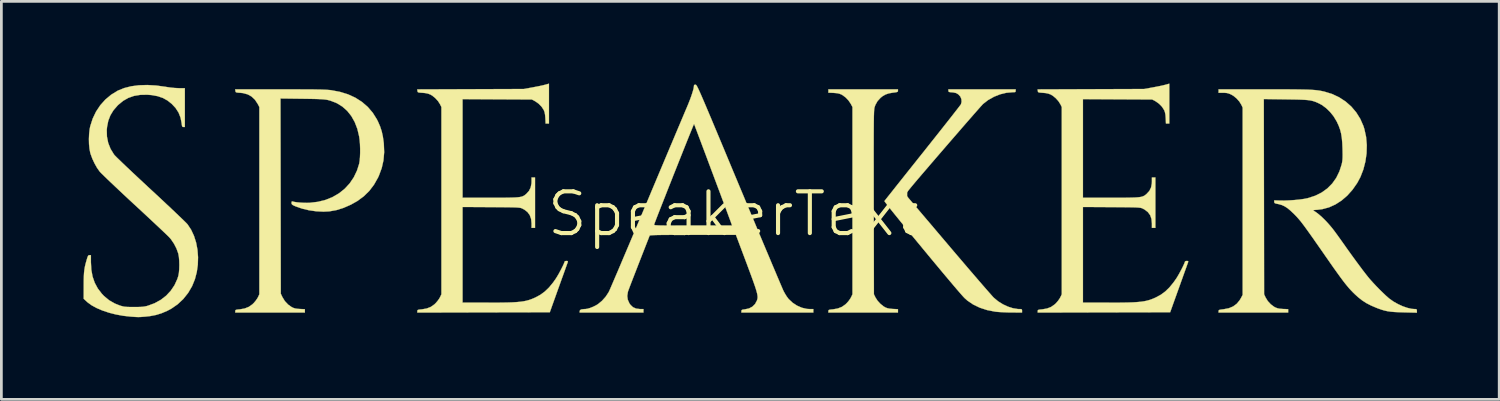
<source format=kicad_pcb>
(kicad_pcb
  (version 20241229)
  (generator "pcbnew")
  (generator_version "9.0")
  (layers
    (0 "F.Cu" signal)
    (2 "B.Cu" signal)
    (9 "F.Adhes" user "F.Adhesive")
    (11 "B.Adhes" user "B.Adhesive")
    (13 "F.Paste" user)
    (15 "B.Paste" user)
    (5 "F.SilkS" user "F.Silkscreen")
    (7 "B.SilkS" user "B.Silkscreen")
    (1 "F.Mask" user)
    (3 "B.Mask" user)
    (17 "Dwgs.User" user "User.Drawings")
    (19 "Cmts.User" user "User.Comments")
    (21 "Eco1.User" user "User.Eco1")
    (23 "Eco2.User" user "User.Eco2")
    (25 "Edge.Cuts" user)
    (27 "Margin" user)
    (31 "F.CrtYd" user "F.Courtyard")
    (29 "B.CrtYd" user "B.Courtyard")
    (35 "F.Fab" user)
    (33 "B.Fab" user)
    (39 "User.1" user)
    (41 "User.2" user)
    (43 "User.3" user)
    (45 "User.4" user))
  (footprint "SpeakerText"
    (layer "F.Cu")
    (at 23.722 4.762)
    (property "Reference" "SpeakerText" (at 0 0 0) (layer "F.SilkS") (effects (font (size 1.524 1.524) (thickness 0.15))))
    (attr through_hole)
    (fp_poly (pts (xy 6.011 -4.501) (xy 6.009 -4.477) (xy 5.995 -4.461) (xy 5.962 -4.449) (xy 5.902 -4.439) (xy 5.823 -4.429) (xy 5.676 -4.403) (xy 5.558 -4.363) (xy 5.454 -4.304) (xy 5.372 -4.238) (xy 5.263 -4.118) (xy 5.187 -3.982) (xy 5.155 -3.891) (xy 5.151 -3.873) (xy 5.147 -3.848) (xy 5.143 -3.815) (xy 5.14 -3.772) (xy 5.137 -3.717) (xy 5.135 -3.648) (xy 5.132 -3.563) (xy 5.131 -3.46) (xy 5.129 -3.337) (xy 5.128 -3.191) (xy 5.127 -3.022) (xy 5.126 -2.827) (xy 5.126 -2.604) (xy 5.125 -2.351) (xy 5.125 -2.067) (xy 5.126 -1.748) (xy 5.126 -1.394) (xy 5.126 -1.002) (xy 5.127 -0.57) (xy 5.127 -0.422) (xy 5.133 2.932) (xy 5.191 3.051) (xy 5.266 3.167) (xy 5.368 3.278) (xy 5.484 3.372) (xy 5.548 3.41) (xy 5.618 3.438) (xy 5.703 3.456) (xy 5.815 3.467) (xy 5.826 3.467) (xy 6.011 3.477) (xy 6.011 3.598) (xy 3.471 3.598) (xy 3.471 3.547) (xy 3.474 3.521) (xy 3.488 3.505) (xy 3.522 3.494) (xy 3.584 3.486) (xy 3.635 3.482) (xy 3.812 3.451) (xy 3.963 3.392) (xy 4.094 3.3) (xy 4.149 3.246) (xy 4.212 3.173) (xy 4.268 3.094) (xy 4.303 3.032) (xy 4.35 2.932) (xy 4.35 -3.905) (xy 4.29 -4.019) (xy 4.205 -4.145) (xy 4.096 -4.259) (xy 3.974 -4.347) (xy 3.942 -4.364) (xy 3.87 -4.392) (xy 3.787 -4.41) (xy 3.68 -4.419) (xy 3.657 -4.421) (xy 3.471 -4.428) (xy 3.471 -4.551) (xy 6.011 -4.551) (xy 6.011 -4.501)) (stroke (width 0.01) (type solid)) (fill yes) (layer "F.SilkS"))
    (fp_poly (pts (xy -16.237 -4.551) (xy -15.959 -4.55) (xy -15.718 -4.549) (xy -15.509 -4.548) (xy -15.331 -4.547) (xy -15.179 -4.544) (xy -15.052 -4.542) (xy -14.946 -4.538) (xy -14.858 -4.534) (xy -14.785 -4.529) (xy -14.724 -4.524) (xy -14.683 -4.519) (xy -14.362 -4.459) (xy -14.067 -4.368) (xy -13.799 -4.245) (xy -13.559 -4.092) (xy -13.347 -3.909) (xy -13.165 -3.697) (xy -13.014 -3.457) (xy -12.973 -3.376) (xy -12.895 -3.196) (xy -12.837 -3.019) (xy -12.795 -2.831) (xy -12.765 -2.618) (xy -12.759 -2.565) (xy -12.747 -2.254) (xy -12.772 -1.96) (xy -12.836 -1.676) (xy -12.939 -1.399) (xy -12.974 -1.323) (xy -13.119 -1.068) (xy -13.29 -0.843) (xy -13.49 -0.647) (xy -13.723 -0.475) (xy -13.965 -0.339) (xy -14.235 -0.221) (xy -14.493 -0.141) (xy -14.747 -0.096) (xy -14.959 -0.085) (xy -15.226 -0.098) (xy -15.493 -0.136) (xy -15.747 -0.197) (xy -15.976 -0.277) (xy -16.007 -0.29) (xy -16.075 -0.322) (xy -16.111 -0.348) (xy -16.126 -0.377) (xy -16.129 -0.407) (xy -16.123 -0.451) (xy -16.104 -0.46) (xy -16.098 -0.458) (xy -16.033 -0.442) (xy -15.937 -0.427) (xy -15.82 -0.416) (xy -15.694 -0.409) (xy -15.568 -0.406) (xy -15.462 -0.409) (xy -15.165 -0.444) (xy -14.886 -0.514) (xy -14.629 -0.619) (xy -14.395 -0.755) (xy -14.187 -0.921) (xy -14.007 -1.116) (xy -13.856 -1.339) (xy -13.738 -1.586) (xy -13.659 -1.835) (xy -13.642 -1.937) (xy -13.63 -2.072) (xy -13.624 -2.226) (xy -13.624 -2.391) (xy -13.63 -2.554) (xy -13.643 -2.706) (xy -13.66 -2.83) (xy -13.726 -3.108) (xy -13.822 -3.357) (xy -13.946 -3.576) (xy -14.096 -3.764) (xy -14.273 -3.921) (xy -14.474 -4.045) (xy -14.7 -4.134) (xy -14.796 -4.16) (xy -14.845 -4.17) (xy -14.901 -4.178) (xy -14.97 -4.185) (xy -15.056 -4.191) (xy -15.163 -4.196) (xy -15.296 -4.2) (xy -15.461 -4.203) (xy -15.662 -4.206) (xy -15.743 -4.207) (xy -16.532 -4.217) (xy -16.526 -0.653) (xy -16.521 2.91) (xy -16.464 3.031) (xy -16.373 3.18) (xy -16.254 3.307) (xy -16.125 3.398) (xy -16.058 3.43) (xy -15.993 3.45) (xy -15.914 3.462) (xy -15.827 3.468) (xy -15.642 3.477) (xy -15.642 3.598) (xy -18.182 3.598) (xy -18.182 3.547) (xy -18.179 3.521) (xy -18.166 3.505) (xy -18.132 3.494) (xy -18.069 3.486) (xy -18.018 3.482) (xy -17.841 3.451) (xy -17.691 3.392) (xy -17.56 3.3) (xy -17.504 3.246) (xy -17.442 3.173) (xy -17.386 3.094) (xy -17.35 3.032) (xy -17.304 2.932) (xy -17.304 -3.905) (xy -17.363 -4.018) (xy -17.464 -4.171) (xy -17.586 -4.287) (xy -17.73 -4.367) (xy -17.899 -4.413) (xy -17.992 -4.423) (xy -18.079 -4.429) (xy -18.132 -4.436) (xy -18.161 -4.447) (xy -18.173 -4.465) (xy -18.178 -4.493) (xy -18.185 -4.551) (xy -16.555 -4.551) (xy -16.237 -4.551)) (stroke (width 0.01) (type solid)) (fill yes) (layer "F.SilkS"))
    (fp_poly (pts (xy -6.731 -3.302) (xy -6.853 -3.302) (xy -6.862 -3.498) (xy -6.872 -3.617) (xy -6.888 -3.707) (xy -6.914 -3.782) (xy -6.92 -3.794) (xy -6.997 -3.914) (xy -7.105 -4.025) (xy -7.231 -4.114) (xy -7.249 -4.124) (xy -7.355 -4.18) (xy -8.62 -4.186) (xy -9.885 -4.193) (xy -9.885 -0.593) (xy -8.873 -0.593) (xy -8.623 -0.593) (xy -8.411 -0.593) (xy -8.234 -0.595) (xy -8.089 -0.598) (xy -7.97 -0.602) (xy -7.874 -0.609) (xy -7.799 -0.618) (xy -7.738 -0.63) (xy -7.69 -0.646) (xy -7.65 -0.665) (xy -7.614 -0.688) (xy -7.578 -0.717) (xy -7.558 -0.734) (xy -7.459 -0.843) (xy -7.397 -0.971) (xy -7.368 -1.122) (xy -7.366 -1.18) (xy -7.366 -1.333) (xy -7.239 -1.333) (xy -7.239 0.508) (xy -7.366 0.508) (xy -7.366 0.343) (xy -7.382 0.18) (xy -7.431 0.043) (xy -7.514 -0.07) (xy -7.633 -0.161) (xy -7.705 -0.199) (xy -7.728 -0.209) (xy -7.752 -0.218) (xy -7.782 -0.225) (xy -7.821 -0.23) (xy -7.873 -0.235) (xy -7.942 -0.239) (xy -8.031 -0.242) (xy -8.145 -0.244) (xy -8.287 -0.246) (xy -8.461 -0.247) (xy -8.671 -0.249) (xy -8.842 -0.25) (xy -9.885 -0.256) (xy -9.885 3.239) (xy -8.958 3.239) (xy -8.679 3.238) (xy -8.438 3.236) (xy -8.231 3.232) (xy -8.054 3.226) (xy -7.901 3.216) (xy -7.771 3.204) (xy -7.657 3.188) (xy -7.555 3.167) (xy -7.462 3.142) (xy -7.374 3.111) (xy -7.285 3.075) (xy -7.221 3.046) (xy -7.044 2.95) (xy -6.882 2.831) (xy -6.729 2.684) (xy -6.581 2.504) (xy -6.481 2.362) (xy -6.434 2.288) (xy -6.381 2.197) (xy -6.326 2.096) (xy -6.273 1.994) (xy -6.225 1.899) (xy -6.188 1.819) (xy -6.165 1.761) (xy -6.16 1.738) (xy -6.141 1.722) (xy -6.097 1.715) (xy -6.095 1.714) (xy -6.05 1.719) (xy -6.039 1.737) (xy -6.042 1.752) (xy -6.052 1.779) (xy -6.074 1.841) (xy -6.108 1.936) (xy -6.151 2.057) (xy -6.203 2.202) (xy -6.262 2.365) (xy -6.326 2.543) (xy -6.378 2.688) (xy -6.7 3.588) (xy -9.118 3.593) (xy -11.536 3.599) (xy -11.536 3.547) (xy -11.533 3.521) (xy -11.519 3.505) (xy -11.485 3.494) (xy -11.423 3.486) (xy -11.372 3.482) (xy -11.195 3.451) (xy -11.044 3.392) (xy -10.913 3.3) (xy -10.858 3.246) (xy -10.796 3.173) (xy -10.739 3.094) (xy -10.704 3.032) (xy -10.657 2.932) (xy -10.657 -3.905) (xy -10.708 -4.008) (xy -10.781 -4.122) (xy -10.88 -4.23) (xy -10.99 -4.32) (xy -11.06 -4.361) (xy -11.147 -4.394) (xy -11.251 -4.415) (xy -11.345 -4.423) (xy -11.433 -4.429) (xy -11.486 -4.436) (xy -11.515 -4.447) (xy -11.527 -4.465) (xy -11.532 -4.492) (xy -11.538 -4.549) (xy -7.652 -4.563) (xy -7.332 -4.621) (xy -7.207 -4.645) (xy -7.083 -4.669) (xy -6.974 -4.693) (xy -6.891 -4.713) (xy -6.871 -4.718) (xy -6.731 -4.757) (xy -6.731 -3.302)) (stroke (width 0.01) (type solid)) (fill yes) (layer "F.SilkS"))
    (fp_poly (pts (xy 15.917 -3.302) (xy 15.795 -3.302) (xy 15.786 -3.498) (xy 15.777 -3.617) (xy 15.76 -3.707) (xy 15.734 -3.782) (xy 15.728 -3.794) (xy 15.651 -3.914) (xy 15.543 -4.025) (xy 15.417 -4.114) (xy 15.4 -4.124) (xy 15.293 -4.18) (xy 14.028 -4.186) (xy 12.764 -4.193) (xy 12.764 -0.593) (xy 13.776 -0.593) (xy 14.026 -0.593) (xy 14.237 -0.593) (xy 14.414 -0.595) (xy 14.56 -0.598) (xy 14.678 -0.602) (xy 14.774 -0.609) (xy 14.85 -0.618) (xy 14.91 -0.63) (xy 14.958 -0.646) (xy 14.999 -0.665) (xy 15.034 -0.688) (xy 15.07 -0.717) (xy 15.09 -0.734) (xy 15.189 -0.843) (xy 15.252 -0.971) (xy 15.28 -1.122) (xy 15.282 -1.18) (xy 15.282 -1.333) (xy 15.409 -1.333) (xy 15.409 0.508) (xy 15.282 0.508) (xy 15.282 0.343) (xy 15.266 0.18) (xy 15.218 0.043) (xy 15.134 -0.07) (xy 15.016 -0.161) (xy 14.944 -0.199) (xy 14.921 -0.209) (xy 14.896 -0.218) (xy 14.866 -0.225) (xy 14.827 -0.23) (xy 14.775 -0.235) (xy 14.706 -0.239) (xy 14.617 -0.242) (xy 14.503 -0.244) (xy 14.361 -0.246) (xy 14.187 -0.247) (xy 13.977 -0.249) (xy 13.806 -0.25) (xy 12.764 -0.256) (xy 12.764 3.239) (xy 13.69 3.239) (xy 13.969 3.238) (xy 14.21 3.236) (xy 14.417 3.232) (xy 14.595 3.226) (xy 14.747 3.216) (xy 14.878 3.204) (xy 14.992 3.188) (xy 15.093 3.167) (xy 15.186 3.142) (xy 15.275 3.111) (xy 15.363 3.075) (xy 15.427 3.046) (xy 15.605 2.95) (xy 15.767 2.831) (xy 15.919 2.684) (xy 16.067 2.504) (xy 16.168 2.362) (xy 16.214 2.288) (xy 16.267 2.197) (xy 16.322 2.096) (xy 16.376 1.994) (xy 16.423 1.899) (xy 16.46 1.819) (xy 16.483 1.761) (xy 16.489 1.738) (xy 16.507 1.722) (xy 16.552 1.715) (xy 16.554 1.714) (xy 16.598 1.719) (xy 16.61 1.737) (xy 16.606 1.752) (xy 16.597 1.779) (xy 16.574 1.841) (xy 16.541 1.936) (xy 16.497 2.057) (xy 16.445 2.202) (xy 16.387 2.365) (xy 16.323 2.543) (xy 16.271 2.688) (xy 15.948 3.588) (xy 13.53 3.593) (xy 11.113 3.599) (xy 11.113 3.547) (xy 11.115 3.521) (xy 11.129 3.505) (xy 11.163 3.494) (xy 11.225 3.486) (xy 11.277 3.482) (xy 11.454 3.451) (xy 11.604 3.392) (xy 11.735 3.3) (xy 11.79 3.246) (xy 11.853 3.173) (xy 11.909 3.094) (xy 11.944 3.032) (xy 11.991 2.932) (xy 11.991 -3.905) (xy 11.94 -4.008) (xy 11.867 -4.122) (xy 11.769 -4.23) (xy 11.658 -4.32) (xy 11.589 -4.361) (xy 11.501 -4.394) (xy 11.397 -4.415) (xy 11.303 -4.423) (xy 11.216 -4.429) (xy 11.162 -4.436) (xy 11.134 -4.447) (xy 11.121 -4.465) (xy 11.116 -4.492) (xy 11.11 -4.549) (xy 13.053 -4.556) (xy 14.997 -4.563) (xy 15.317 -4.621) (xy 15.442 -4.645) (xy 15.565 -4.669) (xy 15.674 -4.693) (xy 15.758 -4.713) (xy 15.777 -4.718) (xy 15.917 -4.757) (xy 15.917 -3.302)) (stroke (width 0.01) (type solid)) (fill yes) (layer "F.SilkS"))
    (fp_poly (pts (xy 10.308 -4.498) (xy 10.305 -4.467) (xy 10.289 -4.451) (xy 10.248 -4.446) (xy 10.196 -4.445) (xy 9.969 -4.425) (xy 9.738 -4.369) (xy 9.513 -4.279) (xy 9.301 -4.159) (xy 9.119 -4.018) (xy 9.094 -3.992) (xy 9.044 -3.937) (xy 8.97 -3.854) (xy 8.874 -3.745) (xy 8.759 -3.614) (xy 8.626 -3.462) (xy 8.477 -3.292) (xy 8.315 -3.105) (xy 8.141 -2.904) (xy 7.957 -2.692) (xy 7.765 -2.47) (xy 7.653 -2.34) (xy 7.424 -2.075) (xy 7.221 -1.839) (xy 7.044 -1.632) (xy 6.889 -1.452) (xy 6.756 -1.296) (xy 6.643 -1.163) (xy 6.55 -1.052) (xy 6.473 -0.959) (xy 6.412 -0.884) (xy 6.366 -0.825) (xy 6.332 -0.779) (xy 6.31 -0.746) (xy 6.297 -0.723) (xy 6.292 -0.708) (xy 6.295 -0.7) (xy 6.312 -0.68) (xy 6.355 -0.629) (xy 6.421 -0.551) (xy 6.51 -0.446) (xy 6.619 -0.318) (xy 6.746 -0.168) (xy 6.89 0.002) (xy 7.049 0.189) (xy 7.222 0.392) (xy 7.405 0.608) (xy 7.598 0.836) (xy 7.799 1.072) (xy 7.841 1.122) (xy 8.045 1.363) (xy 8.245 1.597) (xy 8.437 1.822) (xy 8.62 2.036) (xy 8.792 2.236) (xy 8.95 2.42) (xy 9.093 2.585) (xy 9.219 2.73) (xy 9.326 2.852) (xy 9.412 2.949) (xy 9.474 3.019) (xy 9.511 3.058) (xy 9.514 3.06) (xy 9.666 3.187) (xy 9.84 3.296) (xy 10.024 3.382) (xy 10.209 3.441) (xy 10.386 3.47) (xy 10.439 3.471) (xy 10.5 3.473) (xy 10.53 3.482) (xy 10.54 3.506) (xy 10.541 3.535) (xy 10.541 3.598) (xy 10.155 3.596) (xy 10.012 3.594) (xy 9.866 3.588) (xy 9.729 3.581) (xy 9.614 3.572) (xy 9.557 3.565) (xy 9.265 3.508) (xy 8.998 3.421) (xy 8.757 3.305) (xy 8.545 3.161) (xy 8.444 3.071) (xy 8.404 3.029) (xy 8.341 2.959) (xy 8.258 2.864) (xy 8.156 2.746) (xy 8.038 2.607) (xy 7.906 2.451) (xy 7.762 2.28) (xy 7.608 2.096) (xy 7.446 1.902) (xy 7.278 1.7) (xy 7.107 1.494) (xy 6.935 1.286) (xy 6.763 1.077) (xy 6.593 0.872) (xy 6.429 0.672) (xy 6.272 0.479) (xy 6.124 0.298) (xy 5.987 0.129) (xy 5.863 -0.024) (xy 5.755 -0.159) (xy 5.665 -0.273) (xy 5.594 -0.364) (xy 5.545 -0.429) (xy 5.52 -0.465) (xy 5.518 -0.472) (xy 5.533 -0.492) (xy 5.572 -0.542) (xy 5.635 -0.622) (xy 5.719 -0.727) (xy 5.822 -0.857) (xy 5.942 -1.009) (xy 6.079 -1.181) (xy 6.229 -1.37) (xy 6.392 -1.575) (xy 6.566 -1.793) (xy 6.748 -2.022) (xy 6.905 -2.218) (xy 7.093 -2.455) (xy 7.275 -2.684) (xy 7.448 -2.902) (xy 7.61 -3.107) (xy 7.76 -3.297) (xy 7.896 -3.469) (xy 8.016 -3.622) (xy 8.117 -3.752) (xy 8.2 -3.858) (xy 8.26 -3.937) (xy 8.298 -3.987) (xy 8.31 -4.005) (xy 8.333 -4.09) (xy 8.328 -4.186) (xy 8.295 -4.274) (xy 8.282 -4.294) (xy 8.212 -4.369) (xy 8.134 -4.415) (xy 8.033 -4.437) (xy 7.99 -4.441) (xy 7.916 -4.447) (xy 7.875 -4.456) (xy 7.857 -4.471) (xy 7.853 -4.497) (xy 7.853 -4.5) (xy 7.853 -4.551) (xy 10.308 -4.551) (xy 10.308 -4.498)) (stroke (width 0.01) (type solid)) (fill yes) (layer "F.SilkS"))
    (fp_poly (pts (xy -21.071 -4.69) (xy -20.728 -4.643) (xy -20.689 -4.636) (xy -20.552 -4.616) (xy -20.403 -4.601) (xy -20.266 -4.594) (xy -20.241 -4.593) (xy -20.024 -4.593) (xy -20.024 -3.175) (xy -20.075 -3.175) (xy -20.103 -3.179) (xy -20.12 -3.196) (xy -20.131 -3.237) (xy -20.14 -3.307) (xy -20.18 -3.516) (xy -20.252 -3.7) (xy -20.36 -3.867) (xy -20.497 -4.015) (xy -20.653 -4.14) (xy -20.824 -4.235) (xy -21.016 -4.301) (xy -21.234 -4.341) (xy -21.399 -4.354) (xy -21.652 -4.349) (xy -21.88 -4.311) (xy -22.088 -4.238) (xy -22.279 -4.129) (xy -22.455 -3.983) (xy -22.479 -3.96) (xy -22.63 -3.786) (xy -22.742 -3.602) (xy -22.819 -3.404) (xy -22.863 -3.183) (xy -22.874 -3.069) (xy -22.868 -2.826) (xy -22.822 -2.595) (xy -22.736 -2.377) (xy -22.611 -2.174) (xy -22.604 -2.165) (xy -22.576 -2.133) (xy -22.519 -2.075) (xy -22.435 -1.994) (xy -22.329 -1.891) (xy -22.201 -1.769) (xy -22.054 -1.63) (xy -21.892 -1.477) (xy -21.717 -1.313) (xy -21.53 -1.139) (xy -21.336 -0.958) (xy -21.271 -0.898) (xy -21.074 -0.716) (xy -20.884 -0.539) (xy -20.704 -0.37) (xy -20.536 -0.213) (xy -20.383 -0.068) (xy -20.248 0.061) (xy -20.133 0.171) (xy -20.04 0.261) (xy -19.972 0.328) (xy -19.933 0.37) (xy -19.926 0.377) (xy -19.794 0.576) (xy -19.689 0.802) (xy -19.611 1.049) (xy -19.562 1.31) (xy -19.542 1.58) (xy -19.55 1.852) (xy -19.588 2.121) (xy -19.656 2.381) (xy -19.755 2.625) (xy -19.759 2.635) (xy -19.904 2.882) (xy -20.081 3.104) (xy -20.287 3.297) (xy -20.52 3.458) (xy -20.669 3.537) (xy -20.873 3.624) (xy -21.073 3.686) (xy -21.285 3.727) (xy -21.463 3.747) (xy -21.567 3.755) (xy -21.645 3.761) (xy -21.709 3.763) (xy -21.772 3.762) (xy -21.846 3.758) (xy -21.944 3.751) (xy -22.013 3.746) (xy -22.28 3.716) (xy -22.542 3.668) (xy -22.793 3.604) (xy -23.028 3.526) (xy -23.239 3.436) (xy -23.422 3.337) (xy -23.571 3.23) (xy -23.598 3.205) (xy -23.717 3.095) (xy -23.716 2.611) (xy -23.715 2.426) (xy -23.711 2.274) (xy -23.704 2.147) (xy -23.691 2.035) (xy -23.674 1.93) (xy -23.649 1.822) (xy -23.616 1.704) (xy -23.601 1.652) (xy -23.577 1.575) (xy -23.556 1.529) (xy -23.536 1.508) (xy -23.508 1.503) (xy -23.505 1.503) (xy -23.453 1.503) (xy -23.453 1.758) (xy -23.438 2.035) (xy -23.392 2.286) (xy -23.313 2.513) (xy -23.201 2.721) (xy -23.054 2.912) (xy -22.975 2.995) (xy -22.789 3.149) (xy -22.578 3.27) (xy -22.405 3.339) (xy -22.338 3.36) (xy -22.279 3.375) (xy -22.218 3.386) (xy -22.146 3.392) (xy -22.054 3.395) (xy -21.931 3.396) (xy -21.886 3.396) (xy -21.748 3.396) (xy -21.642 3.393) (xy -21.559 3.387) (xy -21.489 3.377) (xy -21.422 3.363) (xy -21.369 3.348) (xy -21.124 3.257) (xy -20.901 3.134) (xy -20.704 2.981) (xy -20.536 2.8) (xy -20.399 2.596) (xy -20.297 2.372) (xy -20.262 2.262) (xy -20.241 2.152) (xy -20.229 2.014) (xy -20.225 1.861) (xy -20.229 1.707) (xy -20.241 1.566) (xy -20.262 1.45) (xy -20.265 1.439) (xy -20.329 1.262) (xy -20.42 1.085) (xy -20.529 0.924) (xy -20.59 0.854) (xy -20.625 0.818) (xy -20.689 0.756) (xy -20.778 0.671) (xy -20.89 0.565) (xy -21.023 0.44) (xy -21.172 0.3) (xy -21.336 0.147) (xy -21.512 -0.017) (xy -21.697 -0.189) (xy -21.872 -0.35) (xy -22.063 -0.527) (xy -22.246 -0.698) (xy -22.42 -0.861) (xy -22.581 -1.013) (xy -22.727 -1.151) (xy -22.856 -1.274) (xy -22.964 -1.379) (xy -23.049 -1.462) (xy -23.107 -1.521) (xy -23.136 -1.553) (xy -23.23 -1.686) (xy -23.32 -1.846) (xy -23.4 -2.016) (xy -23.461 -2.181) (xy -23.477 -2.233) (xy -23.505 -2.379) (xy -23.522 -2.552) (xy -23.526 -2.738) (xy -23.518 -2.925) (xy -23.499 -3.097) (xy -23.478 -3.202) (xy -23.389 -3.48) (xy -23.266 -3.737) (xy -23.111 -3.97) (xy -22.926 -4.177) (xy -22.714 -4.354) (xy -22.478 -4.499) (xy -22.464 -4.506) (xy -22.238 -4.597) (xy -21.983 -4.662) (xy -21.702 -4.699) (xy -21.396 -4.708) (xy -21.071 -4.69)) (stroke (width 0.01) (type solid)) (fill yes) (layer "F.SilkS"))
    (fp_poly (pts (xy 19.709 -4.551) (xy 19.995 -4.55) (xy 20.245 -4.55) (xy 20.462 -4.548) (xy 20.649 -4.546) (xy 20.811 -4.543) (xy 20.949 -4.54) (xy 21.067 -4.535) (xy 21.168 -4.529) (xy 21.255 -4.522) (xy 21.332 -4.513) (xy 21.402 -4.503) (xy 21.468 -4.491) (xy 21.533 -4.477) (xy 21.586 -4.465) (xy 21.863 -4.38) (xy 22.12 -4.258) (xy 22.354 -4.105) (xy 22.562 -3.921) (xy 22.741 -3.709) (xy 22.889 -3.473) (xy 23.003 -3.214) (xy 23.039 -3.1) (xy 23.101 -2.816) (xy 23.127 -2.518) (xy 23.119 -2.216) (xy 23.076 -1.915) (xy 23.001 -1.624) (xy 22.894 -1.349) (xy 22.778 -1.132) (xy 22.605 -0.885) (xy 22.414 -0.671) (xy 22.206 -0.492) (xy 21.984 -0.349) (xy 21.75 -0.243) (xy 21.506 -0.177) (xy 21.328 -0.154) (xy 21.239 -0.148) (xy 21.187 -0.142) (xy 21.167 -0.136) (xy 21.172 -0.126) (xy 21.199 -0.111) (xy 21.205 -0.108) (xy 21.283 -0.058) (xy 21.38 0.017) (xy 21.487 0.111) (xy 21.596 0.217) (xy 21.7 0.327) (xy 21.711 0.339) (xy 21.758 0.393) (xy 21.801 0.443) (xy 21.842 0.492) (xy 21.884 0.544) (xy 21.931 0.605) (xy 21.985 0.678) (xy 22.05 0.767) (xy 22.129 0.877) (xy 22.225 1.011) (xy 22.341 1.175) (xy 22.378 1.228) (xy 22.548 1.465) (xy 22.707 1.684) (xy 22.853 1.882) (xy 22.983 2.056) (xy 23.097 2.203) (xy 23.19 2.32) (xy 23.241 2.381) (xy 23.349 2.501) (xy 23.469 2.63) (xy 23.595 2.759) (xy 23.719 2.88) (xy 23.833 2.988) (xy 23.93 3.073) (xy 23.957 3.095) (xy 24.104 3.199) (xy 24.268 3.291) (xy 24.438 3.369) (xy 24.606 3.427) (xy 24.761 3.463) (xy 24.867 3.471) (xy 24.923 3.473) (xy 24.948 3.486) (xy 24.955 3.517) (xy 24.956 3.537) (xy 24.956 3.603) (xy 24.485 3.592) (xy 24.291 3.586) (xy 24.132 3.578) (xy 23.998 3.566) (xy 23.881 3.549) (xy 23.773 3.525) (xy 23.664 3.493) (xy 23.548 3.452) (xy 23.484 3.428) (xy 23.283 3.342) (xy 23.112 3.254) (xy 22.957 3.154) (xy 22.807 3.035) (xy 22.682 2.921) (xy 22.613 2.853) (xy 22.547 2.784) (xy 22.479 2.71) (xy 22.409 2.627) (xy 22.333 2.533) (xy 22.25 2.425) (xy 22.155 2.297) (xy 22.048 2.149) (xy 21.924 1.976) (xy 21.783 1.774) (xy 21.62 1.541) (xy 21.601 1.513) (xy 21.432 1.27) (xy 21.284 1.059) (xy 21.157 0.876) (xy 21.046 0.72) (xy 20.951 0.587) (xy 20.869 0.474) (xy 20.798 0.379) (xy 20.736 0.298) (xy 20.68 0.229) (xy 20.629 0.169) (xy 20.58 0.114) (xy 20.531 0.062) (xy 20.48 0.01) (xy 20.469 -0.000388) (xy 20.342 -0.121) (xy 20.232 -0.213) (xy 20.129 -0.279) (xy 20.028 -0.326) (xy 19.918 -0.358) (xy 19.878 -0.366) (xy 19.806 -0.381) (xy 19.768 -0.396) (xy 19.751 -0.417) (xy 19.748 -0.444) (xy 19.748 -0.497) (xy 19.942 -0.491) (xy 20.109 -0.489) (xy 20.294 -0.496) (xy 20.484 -0.509) (xy 20.668 -0.527) (xy 20.834 -0.55) (xy 20.97 -0.577) (xy 20.983 -0.581) (xy 21.246 -0.667) (xy 21.482 -0.785) (xy 21.689 -0.934) (xy 21.866 -1.113) (xy 22.013 -1.32) (xy 22.128 -1.556) (xy 22.206 -1.797) (xy 22.222 -1.864) (xy 22.233 -1.927) (xy 22.24 -1.993) (xy 22.244 -2.071) (xy 22.245 -2.17) (xy 22.243 -2.298) (xy 22.241 -2.379) (xy 22.232 -2.593) (xy 22.216 -2.774) (xy 22.191 -2.933) (xy 22.154 -3.077) (xy 22.103 -3.217) (xy 22.037 -3.361) (xy 22.021 -3.391) (xy 21.917 -3.563) (xy 21.788 -3.724) (xy 21.643 -3.865) (xy 21.49 -3.978) (xy 21.399 -4.028) (xy 21.325 -4.063) (xy 21.257 -4.092) (xy 21.191 -4.115) (xy 21.122 -4.134) (xy 21.044 -4.149) (xy 20.954 -4.16) (xy 20.845 -4.168) (xy 20.713 -4.174) (xy 20.553 -4.179) (xy 20.36 -4.182) (xy 20.166 -4.185) (xy 19.367 -4.196) (xy 19.373 -0.632) (xy 19.378 2.932) (xy 19.435 3.053) (xy 19.514 3.181) (xy 19.622 3.297) (xy 19.745 3.389) (xy 19.786 3.411) (xy 19.858 3.44) (xy 19.94 3.458) (xy 20.048 3.467) (xy 20.071 3.468) (xy 20.256 3.476) (xy 20.256 3.598) (xy 17.716 3.598) (xy 17.716 3.548) (xy 17.719 3.524) (xy 17.733 3.508) (xy 17.765 3.496) (xy 17.824 3.487) (xy 17.905 3.477) (xy 18.091 3.441) (xy 18.248 3.375) (xy 18.379 3.278) (xy 18.487 3.147) (xy 18.535 3.066) (xy 18.595 2.953) (xy 18.595 -3.884) (xy 18.549 -3.984) (xy 18.474 -4.106) (xy 18.371 -4.221) (xy 18.252 -4.317) (xy 18.172 -4.363) (xy 18.092 -4.397) (xy 18.021 -4.416) (xy 17.937 -4.423) (xy 17.881 -4.424) (xy 17.716 -4.424) (xy 17.716 -4.551) (xy 19.384 -4.551) (xy 19.709 -4.551)) (stroke (width 0.01) (type solid)) (fill yes) (layer "F.SilkS"))
    (fp_poly (pts (xy -1.374 -4.719) (xy -1.366 -4.716) (xy -1.357 -4.709) (xy -1.347 -4.697) (xy -1.334 -4.677) (xy -1.318 -4.649) (xy -1.298 -4.61) (xy -1.273 -4.559) (xy -1.243 -4.494) (xy -1.207 -4.414) (xy -1.164 -4.317) (xy -1.114 -4.201) (xy -1.055 -4.064) (xy -0.988 -3.906) (xy -0.911 -3.724) (xy -0.823 -3.517) (xy -0.725 -3.283) (xy -0.615 -3.02) (xy -0.492 -2.727) (xy -0.356 -2.402) (xy -0.207 -2.044) (xy -0.043 -1.65) (xy 0.137 -1.22) (xy 0.211 -1.042) (xy 0.37 -0.663) (xy 0.524 -0.293) (xy 0.675 0.066) (xy 0.82 0.413) (xy 0.958 0.744) (xy 1.09 1.058) (xy 1.214 1.353) (xy 1.33 1.627) (xy 1.435 1.878) (xy 1.531 2.104) (xy 1.615 2.303) (xy 1.687 2.472) (xy 1.746 2.611) (xy 1.791 2.716) (xy 1.821 2.785) (xy 1.835 2.815) (xy 1.888 2.911) (xy 1.948 3.008) (xy 2.006 3.087) (xy 2.021 3.105) (xy 2.163 3.239) (xy 2.326 3.346) (xy 2.503 3.423) (xy 2.683 3.465) (xy 2.786 3.471) (xy 2.921 3.471) (xy 2.921 3.598) (xy 0.296 3.598) (xy 0.296 3.547) (xy 0.3 3.517) (xy 0.319 3.5) (xy 0.361 3.489) (xy 0.418 3.482) (xy 0.572 3.449) (xy 0.697 3.383) (xy 0.794 3.287) (xy 0.862 3.16) (xy 0.869 3.139) (xy 0.88 3.101) (xy 0.886 3.061) (xy 0.886 3.015) (xy 0.88 2.961) (xy 0.867 2.894) (xy 0.845 2.811) (xy 0.814 2.709) (xy 0.772 2.585) (xy 0.719 2.434) (xy 0.654 2.255) (xy 0.575 2.042) (xy 0.483 1.795) (xy 0.095 0.762) (xy -1.474 0.762) (xy -1.782 0.762) (xy -2.049 0.763) (xy -2.279 0.763) (xy -2.474 0.765) (xy -2.636 0.766) (xy -2.767 0.768) (xy -2.871 0.771) (xy -2.949 0.774) (xy -3.003 0.778) (xy -3.037 0.782) (xy -3.053 0.787) (xy -3.054 0.788) (xy -3.191 1.138) (xy -3.313 1.45) (xy -3.421 1.726) (xy -3.515 1.968) (xy -3.596 2.176) (xy -3.665 2.354) (xy -3.722 2.501) (xy -3.768 2.621) (xy -3.803 2.714) (xy -3.828 2.782) (xy -3.844 2.827) (xy -3.85 2.847) (xy -3.872 2.993) (xy -3.854 3.128) (xy -3.796 3.258) (xy -3.755 3.317) (xy -3.664 3.403) (xy -3.549 3.454) (xy -3.409 3.471) (xy -3.281 3.471) (xy -3.281 3.598) (xy -5.609 3.598) (xy -5.609 3.548) (xy -5.594 3.509) (xy -5.546 3.484) (xy -5.462 3.473) (xy -5.406 3.471) (xy -5.326 3.46) (xy -5.224 3.43) (xy -5.113 3.385) (xy -5.007 3.332) (xy -4.938 3.289) (xy -4.794 3.17) (xy -4.661 3.021) (xy -4.554 2.859) (xy -4.543 2.838) (xy -4.527 2.804) (xy -4.495 2.732) (xy -4.449 2.625) (xy -4.389 2.486) (xy -4.317 2.317) (xy -4.232 2.12) (xy -4.137 1.897) (xy -4.033 1.65) (xy -3.919 1.382) (xy -3.797 1.094) (xy -3.668 0.789) (xy -3.533 0.47) (xy -3.501 0.394) (xy -2.891 0.394) (xy -2.886 0.4) (xy -2.872 0.405) (xy -2.846 0.41) (xy -2.806 0.413) (xy -2.748 0.416) (xy -2.669 0.419) (xy -2.567 0.42) (xy -2.438 0.422) (xy -2.281 0.422) (xy -2.091 0.423) (xy -1.866 0.423) (xy -1.602 0.423) (xy -1.473 0.423) (xy -0.044 0.423) (xy -0.073 0.344) (xy -0.09 0.297) (xy -0.119 0.217) (xy -0.161 0.105) (xy -0.212 -0.033) (xy -0.272 -0.195) (xy -0.34 -0.377) (xy -0.415 -0.576) (xy -0.494 -0.789) (xy -0.578 -1.012) (xy -0.664 -1.241) (xy -0.751 -1.474) (xy -0.838 -1.706) (xy -0.924 -1.936) (xy -1.007 -2.158) (xy -1.087 -2.37) (xy -1.161 -2.568) (xy -1.229 -2.749) (xy -1.29 -2.91) (xy -1.341 -3.046) (xy -1.383 -3.156) (xy -1.412 -3.234) (xy -1.43 -3.279) (xy -1.433 -3.288) (xy -1.442 -3.271) (xy -1.465 -3.217) (xy -1.5 -3.131) (xy -1.547 -3.015) (xy -1.605 -2.873) (xy -1.671 -2.709) (xy -1.745 -2.524) (xy -1.825 -2.324) (xy -1.91 -2.11) (xy -1.999 -1.887) (xy -2.09 -1.658) (xy -2.183 -1.425) (xy -2.274 -1.193) (xy -2.365 -0.965) (xy -2.452 -0.743) (xy -2.535 -0.532) (xy -2.613 -0.334) (xy -2.684 -0.154) (xy -2.747 0.007) (xy -2.8 0.144) (xy -2.842 0.255) (xy -2.873 0.335) (xy -2.889 0.382) (xy -2.891 0.386) (xy -2.891 0.394) (xy -3.501 0.394) (xy -3.393 0.137) (xy -3.249 -0.206) (xy -3.157 -0.423) (xy -3.01 -0.775) (xy -2.865 -1.12) (xy -2.724 -1.455) (xy -2.588 -1.778) (xy -2.458 -2.087) (xy -2.335 -2.379) (xy -2.219 -2.653) (xy -2.113 -2.905) (xy -2.017 -3.133) (xy -1.931 -3.336) (xy -1.858 -3.51) (xy -1.797 -3.653) (xy -1.751 -3.764) (xy -1.719 -3.838) (xy -1.708 -3.863) (xy -1.638 -4.031) (xy -1.575 -4.192) (xy -1.522 -4.34) (xy -1.481 -4.469) (xy -1.452 -4.572) (xy -1.44 -4.645) (xy -1.439 -4.657) (xy -1.434 -4.702) (xy -1.41 -4.718) (xy -1.381 -4.72) (xy -1.374 -4.719)) (stroke (width 0.01) (type solid)) (fill yes) (layer "F.SilkS")))
  (gr_rect
    (start -3 -3)
    (end 51.683 11.53)
    (stroke (width 0.1) (type default))
    (fill no)
    (layer "Edge.Cuts")))
</source>
